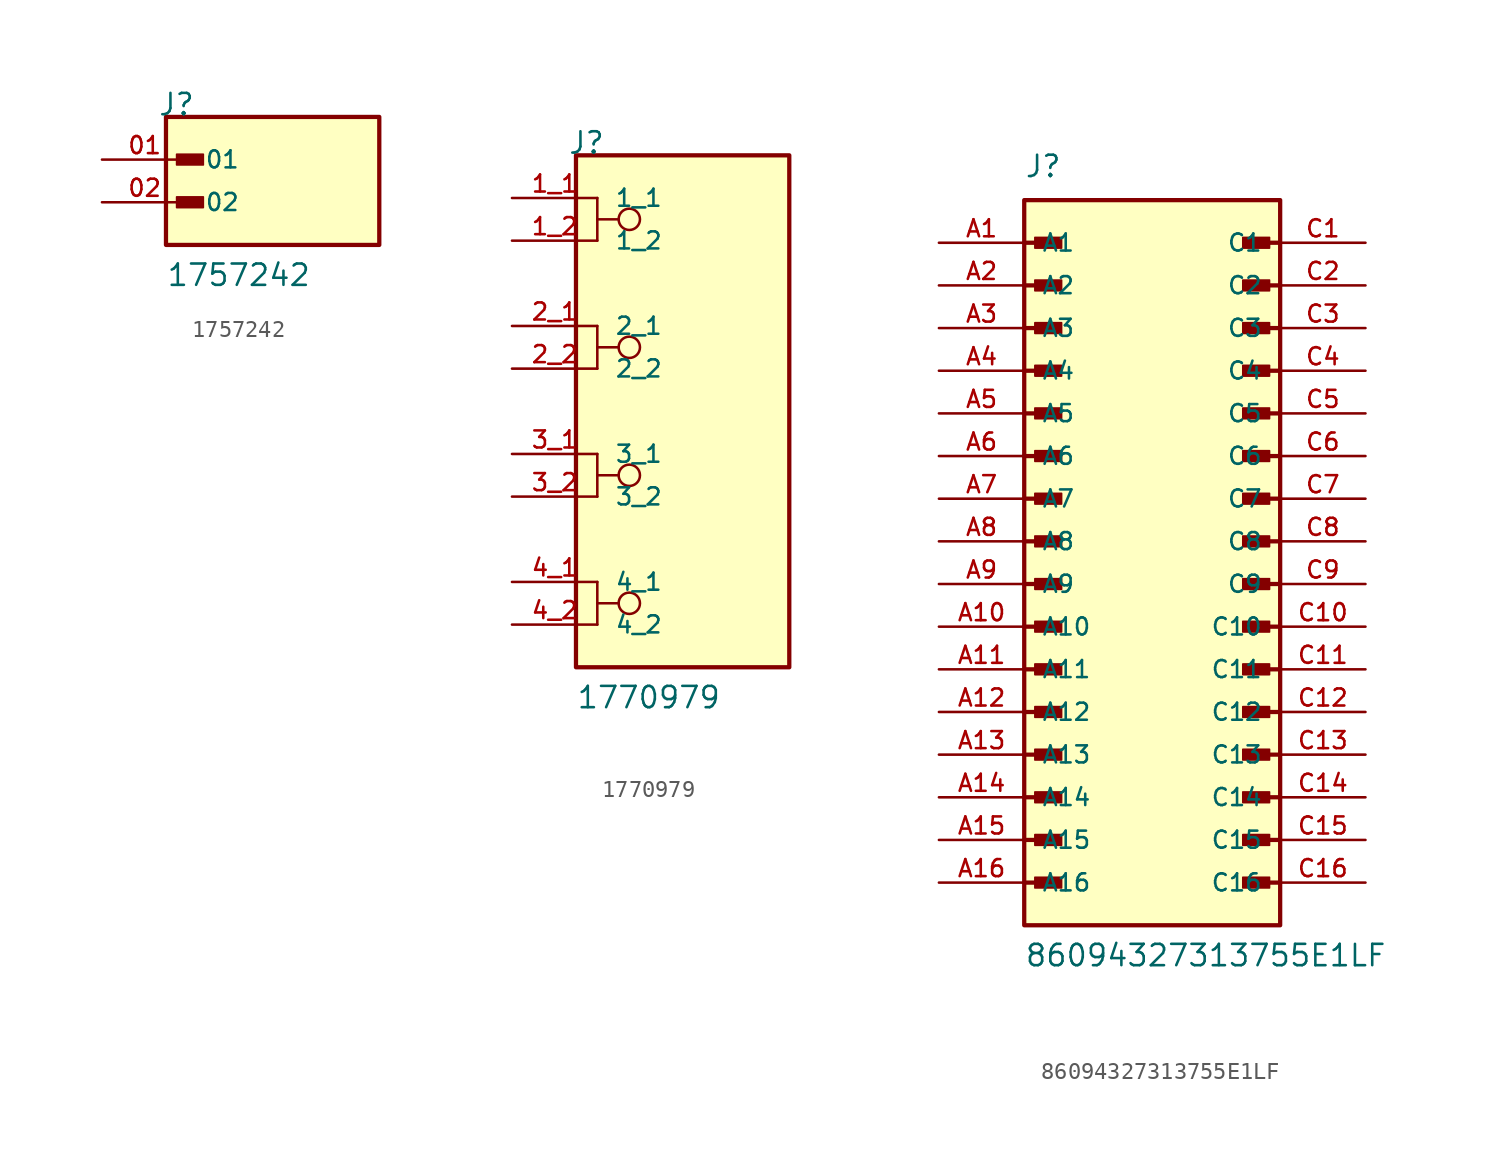
<source format=kicad_sym>
(kicad_symbol_lib
  (version 20241209)
  (generator "kicad_symbol_editor")
  (generator_version "9.0")
  (symbol "1757242"
    (pin_names
      (offset 1.016))
    (property "Reference" "J"
      (at -6.85 5.08 0)
      (effects (font (size 1.27 1.27)) (justify left bottom)))
    (property "Value" "1757242"
      (at -6.35 -5.08 0)
      (effects (font (size 1.27 1.27)) (justify left bottom)))
    (symbol "1757242_0_0"
      (rectangle (start -6.35 -2.54) (end 6.35 5.08) (stroke (width 0.254) (type default)) (fill (type background)))
      (rectangle (start -5.715 2.223) (end -4.128 2.857) (stroke (width 0.1) (type default)) (fill (type outline)))
      (rectangle (start -5.715 -0.318) (end -4.128 0.318) (stroke (width 0.1) (type default)) (fill (type outline)))
      (pin passive line (at -10.16 2.54 0) (length 5.08) (name "01" (effects (font (size 1.016 1.016)))) (number "01" (effects (font (size 1.016 1.016)))))
      (pin passive line (at -10.16 0 0) (length 5.08) (name "02" (effects (font (size 1.016 1.016)))) (number "02" (effects (font (size 1.016 1.016)))))))
  (symbol "1770979"
    (pin_names
      (offset 1.016))
    (property "Reference" "J"
      (at -6.85 15.24 0)
      (effects (font (size 1.27 1.27)) (justify left bottom)))
    (property "Value" "1770979"
      (at -6.35 -17.78 0)
      (effects (font (size 1.27 1.27)) (justify left bottom)))
    (symbol "1770979_0_0"
      (rectangle (start -6.35 -15.24) (end 6.35 15.24) (stroke (width 0.254) (type default)) (fill (type background)))
      (polyline (pts (xy -5.08 12.7) (xy -5.08 10.16)) (stroke (width 0.152) (type default)) (fill (type none)))
      (polyline (pts (xy -5.08 11.43) (xy -3.81 11.43)) (stroke (width 0.152) (type default)) (fill (type none)))
      (polyline (pts (xy -5.08 5.08) (xy -5.08 2.54)) (stroke (width 0.152) (type default)) (fill (type none)))
      (polyline (pts (xy -5.08 3.81) (xy -3.81 3.81)) (stroke (width 0.152) (type default)) (fill (type none)))
      (polyline (pts (xy -5.08 -2.54) (xy -5.08 -5.08)) (stroke (width 0.152) (type default)) (fill (type none)))
      (polyline (pts (xy -5.08 -3.81) (xy -3.81 -3.81)) (stroke (width 0.152) (type default)) (fill (type none)))
      (polyline (pts (xy -5.08 -10.16) (xy -5.08 -12.7)) (stroke (width 0.152) (type default)) (fill (type none)))
      (polyline (pts (xy -5.08 -11.43) (xy -3.81 -11.43)) (stroke (width 0.152) (type default)) (fill (type none)))
      (circle (center -3.175 11.43) (radius 0.635) (stroke (width 0.152) (type default)) (fill (type none)))
      (circle (center -3.175 3.81) (radius 0.635) (stroke (width 0.152) (type default)) (fill (type none)))
      (circle (center -3.175 -3.81) (radius 0.635) (stroke (width 0.152) (type default)) (fill (type none)))
      (circle (center -3.175 -11.43) (radius 0.635) (stroke (width 0.152) (type default)) (fill (type none)))
      (pin passive line (at -10.16 12.7 0) (length 5.08) (name "1_1" (effects (font (size 1.016 1.016)))) (number "1_1" (effects (font (size 1.016 1.016)))))
      (pin passive line (at -10.16 10.16 0) (length 5.08) (name "1_2" (effects (font (size 1.016 1.016)))) (number "1_2" (effects (font (size 1.016 1.016)))))
      (pin passive line (at -10.16 5.08 0) (length 5.08) (name "2_1" (effects (font (size 1.016 1.016)))) (number "2_1" (effects (font (size 1.016 1.016)))))
      (pin passive line (at -10.16 2.54 0) (length 5.08) (name "2_2" (effects (font (size 1.016 1.016)))) (number "2_2" (effects (font (size 1.016 1.016)))))
      (pin passive line (at -10.16 -2.54 0) (length 5.08) (name "3_1" (effects (font (size 1.016 1.016)))) (number "3_1" (effects (font (size 1.016 1.016)))))
      (pin passive line (at -10.16 -5.08 0) (length 5.08) (name "3_2" (effects (font (size 1.016 1.016)))) (number "3_2" (effects (font (size 1.016 1.016)))))
      (pin passive line (at -10.16 -10.16 0) (length 5.08) (name "4_1" (effects (font (size 1.016 1.016)))) (number "4_1" (effects (font (size 1.016 1.016)))))
      (pin passive line (at -10.16 -12.7 0) (length 5.08) (name "4_2" (effects (font (size 1.016 1.016)))) (number "4_2" (effects (font (size 1.016 1.016)))))))
  (symbol "86094327313755E1LF"
    (pin_names
      (offset 1.016))
    (property "Reference" "J"
      (at -7.62 21.59 0)
      (effects (font (size 1.27 1.27)) (justify left bottom)))
    (property "Value" "86094327313755E1LF"
      (at -7.62 -25.4 0)
      (effects (font (size 1.27 1.27)) (justify left bottom)))
    (symbol "86094327313755E1LF_0_0"
      (polyline (pts (xy -7.62 17.78) (xy -5.715 17.78)) (stroke (width 0.254) (type default)) (fill (type none)))
      (polyline (pts (xy -7.62 15.24) (xy -5.715 15.24)) (stroke (width 0.254) (type default)) (fill (type none)))
      (polyline (pts (xy -7.62 12.7) (xy -5.715 12.7)) (stroke (width 0.254) (type default)) (fill (type none)))
      (polyline (pts (xy -7.62 10.16) (xy -5.715 10.16)) (stroke (width 0.254) (type default)) (fill (type none)))
      (polyline (pts (xy -7.62 7.62) (xy -5.715 7.62)) (stroke (width 0.254) (type default)) (fill (type none)))
      (polyline (pts (xy -7.62 5.08) (xy -5.715 5.08)) (stroke (width 0.254) (type default)) (fill (type none)))
      (polyline (pts (xy -7.62 2.54) (xy -5.715 2.54)) (stroke (width 0.254) (type default)) (fill (type none)))
      (polyline (pts (xy -7.62 0) (xy -5.715 0)) (stroke (width 0.254) (type default)) (fill (type none)))
      (polyline (pts (xy -7.62 -2.54) (xy -5.715 -2.54)) (stroke (width 0.254) (type default)) (fill (type none)))
      (polyline (pts (xy -7.62 -5.08) (xy -5.715 -5.08)) (stroke (width 0.254) (type default)) (fill (type none)))
      (polyline (pts (xy -7.62 -7.62) (xy -5.715 -7.62)) (stroke (width 0.254) (type default)) (fill (type none)))
      (polyline (pts (xy -7.62 -10.16) (xy -5.715 -10.16)) (stroke (width 0.254) (type default)) (fill (type none)))
      (polyline (pts (xy -7.62 -12.7) (xy -5.715 -12.7)) (stroke (width 0.254) (type default)) (fill (type none)))
      (polyline (pts (xy -7.62 -15.24) (xy -5.715 -15.24)) (stroke (width 0.254) (type default)) (fill (type none)))
      (polyline (pts (xy -7.62 -17.78) (xy -5.715 -17.78)) (stroke (width 0.254) (type default)) (fill (type none)))
      (polyline (pts (xy -7.62 -20.32) (xy -5.715 -20.32)) (stroke (width 0.254) (type default)) (fill (type none)))
      (rectangle (start -7.62 -22.86) (end 7.62 20.32) (stroke (width 0.254) (type default)) (fill (type background)))
      (rectangle (start -6.985 17.462) (end -5.397 18.098) (stroke (width 0.1) (type default)) (fill (type outline)))
      (rectangle (start -6.985 14.922) (end -5.397 15.557) (stroke (width 0.1) (type default)) (fill (type outline)))
      (rectangle (start -6.985 12.383) (end -5.397 13.018) (stroke (width 0.1) (type default)) (fill (type outline)))
      (rectangle (start -6.985 9.842) (end -5.397 10.477) (stroke (width 0.1) (type default)) (fill (type outline)))
      (rectangle (start -6.985 7.303) (end -5.397 7.938) (stroke (width 0.1) (type default)) (fill (type outline)))
      (rectangle (start -6.985 4.763) (end -5.397 5.397) (stroke (width 0.1) (type default)) (fill (type outline)))
      (rectangle (start -6.985 2.223) (end -5.397 2.857) (stroke (width 0.1) (type default)) (fill (type outline)))
      (rectangle (start -6.985 -0.318) (end -5.397 0.318) (stroke (width 0.1) (type default)) (fill (type outline)))
      (rectangle (start -6.985 -2.857) (end -5.397 -2.223) (stroke (width 0.1) (type default)) (fill (type outline)))
      (rectangle (start -6.985 -5.397) (end -5.397 -4.763) (stroke (width 0.1) (type default)) (fill (type outline)))
      (rectangle (start -6.985 -7.938) (end -5.397 -7.303) (stroke (width 0.1) (type default)) (fill (type outline)))
      (rectangle (start -6.985 -10.477) (end -5.397 -9.842) (stroke (width 0.1) (type default)) (fill (type outline)))
      (rectangle (start -6.985 -13.018) (end -5.397 -12.383) (stroke (width 0.1) (type default)) (fill (type outline)))
      (rectangle (start -6.985 -15.557) (end -5.397 -14.922) (stroke (width 0.1) (type default)) (fill (type outline)))
      (rectangle (start -6.985 -18.098) (end -5.397 -17.462) (stroke (width 0.1) (type default)) (fill (type outline)))
      (rectangle (start -6.985 -20.637) (end -5.397 -20.003) (stroke (width 0.1) (type default)) (fill (type outline)))
      (rectangle (start 5.397 17.462) (end 6.985 18.098) (stroke (width 0.1) (type default)) (fill (type outline)))
      (rectangle (start 5.397 14.922) (end 6.985 15.557) (stroke (width 0.1) (type default)) (fill (type outline)))
      (rectangle (start 5.397 12.383) (end 6.985 13.018) (stroke (width 0.1) (type default)) (fill (type outline)))
      (rectangle (start 5.397 9.842) (end 6.985 10.477) (stroke (width 0.1) (type default)) (fill (type outline)))
      (rectangle (start 5.397 7.303) (end 6.985 7.938) (stroke (width 0.1) (type default)) (fill (type outline)))
      (rectangle (start 5.397 4.763) (end 6.985 5.397) (stroke (width 0.1) (type default)) (fill (type outline)))
      (rectangle (start 5.397 2.223) (end 6.985 2.857) (stroke (width 0.1) (type default)) (fill (type outline)))
      (rectangle (start 5.397 -0.318) (end 6.985 0.318) (stroke (width 0.1) (type default)) (fill (type outline)))
      (rectangle (start 5.397 -2.857) (end 6.985 -2.223) (stroke (width 0.1) (type default)) (fill (type outline)))
      (rectangle (start 5.397 -5.397) (end 6.985 -4.763) (stroke (width 0.1) (type default)) (fill (type outline)))
      (rectangle (start 5.397 -7.938) (end 6.985 -7.303) (stroke (width 0.1) (type default)) (fill (type outline)))
      (rectangle (start 5.397 -10.477) (end 6.985 -9.842) (stroke (width 0.1) (type default)) (fill (type outline)))
      (rectangle (start 5.397 -13.018) (end 6.985 -12.383) (stroke (width 0.1) (type default)) (fill (type outline)))
      (rectangle (start 5.397 -15.557) (end 6.985 -14.922) (stroke (width 0.1) (type default)) (fill (type outline)))
      (rectangle (start 5.397 -18.098) (end 6.985 -17.462) (stroke (width 0.1) (type default)) (fill (type outline)))
      (rectangle (start 5.397 -20.637) (end 6.985 -20.003) (stroke (width 0.1) (type default)) (fill (type outline)))
      (polyline (pts (xy 7.62 17.78) (xy 5.715 17.78)) (stroke (width 0.254) (type default)) (fill (type none)))
      (polyline (pts (xy 7.62 15.24) (xy 5.715 15.24)) (stroke (width 0.254) (type default)) (fill (type none)))
      (polyline (pts (xy 7.62 12.7) (xy 5.715 12.7)) (stroke (width 0.254) (type default)) (fill (type none)))
      (polyline (pts (xy 7.62 10.16) (xy 5.715 10.16)) (stroke (width 0.254) (type default)) (fill (type none)))
      (polyline (pts (xy 7.62 7.62) (xy 5.715 7.62)) (stroke (width 0.254) (type default)) (fill (type none)))
      (polyline (pts (xy 7.62 5.08) (xy 5.715 5.08)) (stroke (width 0.254) (type default)) (fill (type none)))
      (polyline (pts (xy 7.62 2.54) (xy 5.715 2.54)) (stroke (width 0.254) (type default)) (fill (type none)))
      (polyline (pts (xy 7.62 0) (xy 5.715 0)) (stroke (width 0.254) (type default)) (fill (type none)))
      (polyline (pts (xy 7.62 -2.54) (xy 5.715 -2.54)) (stroke (width 0.254) (type default)) (fill (type none)))
      (polyline (pts (xy 7.62 -5.08) (xy 5.715 -5.08)) (stroke (width 0.254) (type default)) (fill (type none)))
      (polyline (pts (xy 7.62 -7.62) (xy 5.715 -7.62)) (stroke (width 0.254) (type default)) (fill (type none)))
      (polyline (pts (xy 7.62 -10.16) (xy 5.715 -10.16)) (stroke (width 0.254) (type default)) (fill (type none)))
      (polyline (pts (xy 7.62 -12.7) (xy 5.715 -12.7)) (stroke (width 0.254) (type default)) (fill (type none)))
      (polyline (pts (xy 7.62 -15.24) (xy 5.715 -15.24)) (stroke (width 0.254) (type default)) (fill (type none)))
      (polyline (pts (xy 7.62 -17.78) (xy 5.715 -17.78)) (stroke (width 0.254) (type default)) (fill (type none)))
      (polyline (pts (xy 7.62 -20.32) (xy 5.715 -20.32)) (stroke (width 0.254) (type default)) (fill (type none)))
      (pin passive line (at -12.7 17.78 0) (length 5.08) (name "A1" (effects (font (size 1.016 1.016)))) (number "A1" (effects (font (size 1.016 1.016)))))
      (pin passive line (at -12.7 15.24 0) (length 5.08) (name "A2" (effects (font (size 1.016 1.016)))) (number "A2" (effects (font (size 1.016 1.016)))))
      (pin passive line (at -12.7 12.7 0) (length 5.08) (name "A3" (effects (font (size 1.016 1.016)))) (number "A3" (effects (font (size 1.016 1.016)))))
      (pin passive line (at -12.7 10.16 0) (length 5.08) (name "A4" (effects (font (size 1.016 1.016)))) (number "A4" (effects (font (size 1.016 1.016)))))
      (pin passive line (at -12.7 7.62 0) (length 5.08) (name "A5" (effects (font (size 1.016 1.016)))) (number "A5" (effects (font (size 1.016 1.016)))))
      (pin passive line (at -12.7 5.08 0) (length 5.08) (name "A6" (effects (font (size 1.016 1.016)))) (number "A6" (effects (font (size 1.016 1.016)))))
      (pin passive line (at -12.7 2.54 0) (length 5.08) (name "A7" (effects (font (size 1.016 1.016)))) (number "A7" (effects (font (size 1.016 1.016)))))
      (pin passive line (at -12.7 0 0) (length 5.08) (name "A8" (effects (font (size 1.016 1.016)))) (number "A8" (effects (font (size 1.016 1.016)))))
      (pin passive line (at -12.7 -2.54 0) (length 5.08) (name "A9" (effects (font (size 1.016 1.016)))) (number "A9" (effects (font (size 1.016 1.016)))))
      (pin passive line (at -12.7 -5.08 0) (length 5.08) (name "A10" (effects (font (size 1.016 1.016)))) (number "A10" (effects (font (size 1.016 1.016)))))
      (pin passive line (at -12.7 -7.62 0) (length 5.08) (name "A11" (effects (font (size 1.016 1.016)))) (number "A11" (effects (font (size 1.016 1.016)))))
      (pin passive line (at -12.7 -10.16 0) (length 5.08) (name "A12" (effects (font (size 1.016 1.016)))) (number "A12" (effects (font (size 1.016 1.016)))))
      (pin passive line (at -12.7 -12.7 0) (length 5.08) (name "A13" (effects (font (size 1.016 1.016)))) (number "A13" (effects (font (size 1.016 1.016)))))
      (pin passive line (at -12.7 -15.24 0) (length 5.08) (name "A14" (effects (font (size 1.016 1.016)))) (number "A14" (effects (font (size 1.016 1.016)))))
      (pin passive line (at -12.7 -17.78 0) (length 5.08) (name "A15" (effects (font (size 1.016 1.016)))) (number "A15" (effects (font (size 1.016 1.016)))))
      (pin passive line (at -12.7 -20.32 0) (length 5.08) (name "A16" (effects (font (size 1.016 1.016)))) (number "A16" (effects (font (size 1.016 1.016)))))
      (pin passive line (at 12.7 17.78 180) (length 5.08) (name "C1" (effects (font (size 1.016 1.016)))) (number "C1" (effects (font (size 1.016 1.016)))))
      (pin passive line (at 12.7 15.24 180) (length 5.08) (name "C2" (effects (font (size 1.016 1.016)))) (number "C2" (effects (font (size 1.016 1.016)))))
      (pin passive line (at 12.7 12.7 180) (length 5.08) (name "C3" (effects (font (size 1.016 1.016)))) (number "C3" (effects (font (size 1.016 1.016)))))
      (pin passive line (at 12.7 10.16 180) (length 5.08) (name "C4" (effects (font (size 1.016 1.016)))) (number "C4" (effects (font (size 1.016 1.016)))))
      (pin passive line (at 12.7 7.62 180) (length 5.08) (name "C5" (effects (font (size 1.016 1.016)))) (number "C5" (effects (font (size 1.016 1.016)))))
      (pin passive line (at 12.7 5.08 180) (length 5.08) (name "C6" (effects (font (size 1.016 1.016)))) (number "C6" (effects (font (size 1.016 1.016)))))
      (pin passive line (at 12.7 2.54 180) (length 5.08) (name "C7" (effects (font (size 1.016 1.016)))) (number "C7" (effects (font (size 1.016 1.016)))))
      (pin passive line (at 12.7 0 180) (length 5.08) (name "C8" (effects (font (size 1.016 1.016)))) (number "C8" (effects (font (size 1.016 1.016)))))
      (pin passive line (at 12.7 -2.54 180) (length 5.08) (name "C9" (effects (font (size 1.016 1.016)))) (number "C9" (effects (font (size 1.016 1.016)))))
      (pin passive line (at 12.7 -5.08 180) (length 5.08) (name "C10" (effects (font (size 1.016 1.016)))) (number "C10" (effects (font (size 1.016 1.016)))))
      (pin passive line (at 12.7 -7.62 180) (length 5.08) (name "C11" (effects (font (size 1.016 1.016)))) (number "C11" (effects (font (size 1.016 1.016)))))
      (pin passive line (at 12.7 -10.16 180) (length 5.08) (name "C12" (effects (font (size 1.016 1.016)))) (number "C12" (effects (font (size 1.016 1.016)))))
      (pin passive line (at 12.7 -12.7 180) (length 5.08) (name "C13" (effects (font (size 1.016 1.016)))) (number "C13" (effects (font (size 1.016 1.016)))))
      (pin passive line (at 12.7 -15.24 180) (length 5.08) (name "C14" (effects (font (size 1.016 1.016)))) (number "C14" (effects (font (size 1.016 1.016)))))
      (pin passive line (at 12.7 -17.78 180) (length 5.08) (name "C15" (effects (font (size 1.016 1.016)))) (number "C15" (effects (font (size 1.016 1.016)))))
      (pin passive line (at 12.7 -20.32 180) (length 5.08) (name "C16" (effects (font (size 1.016 1.016)))) (number "C16" (effects (font (size 1.016 1.016))))))))
</source>
